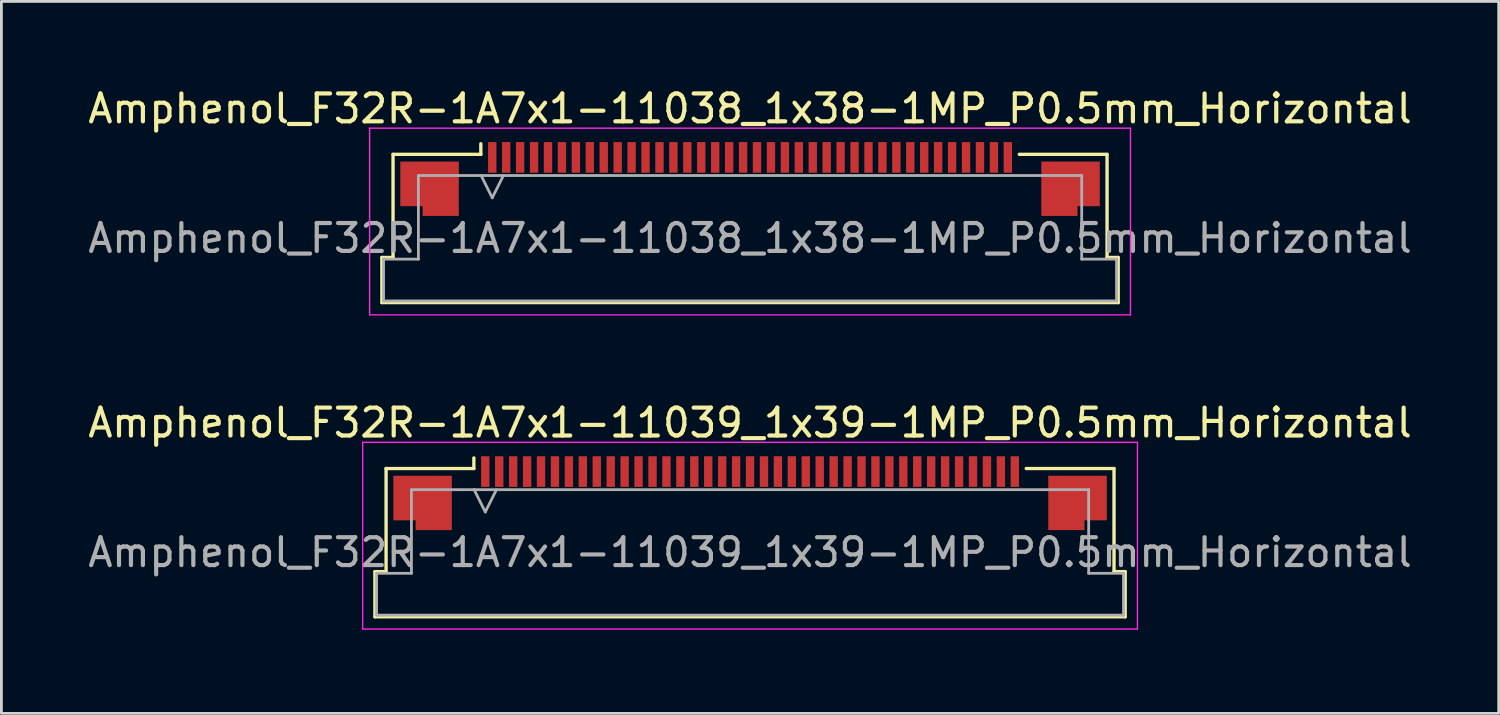
<source format=kicad_pcb>
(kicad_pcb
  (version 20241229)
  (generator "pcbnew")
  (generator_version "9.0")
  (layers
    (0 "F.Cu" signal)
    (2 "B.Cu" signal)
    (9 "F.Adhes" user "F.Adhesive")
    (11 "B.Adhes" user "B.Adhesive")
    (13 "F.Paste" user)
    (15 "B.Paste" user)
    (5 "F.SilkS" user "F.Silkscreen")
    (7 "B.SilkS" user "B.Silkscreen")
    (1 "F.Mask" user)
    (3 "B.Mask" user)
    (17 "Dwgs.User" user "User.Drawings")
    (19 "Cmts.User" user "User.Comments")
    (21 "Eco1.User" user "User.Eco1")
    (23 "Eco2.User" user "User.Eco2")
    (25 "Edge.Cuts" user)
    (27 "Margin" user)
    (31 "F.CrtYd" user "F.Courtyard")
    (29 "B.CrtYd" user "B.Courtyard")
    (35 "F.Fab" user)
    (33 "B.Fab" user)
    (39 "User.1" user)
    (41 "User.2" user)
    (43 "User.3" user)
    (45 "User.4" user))
  (footprint "Amphenol_F32R-1A7x1-11039_1x39-1MP_P0.5mm_Horizontal"
    (layer "F.Cu")
    (at 23.863 16.771)
    (property "Reference" "Amphenol_F32R-1A7x1-11039_1x39-1MP_P0.5mm_Horizontal" (at 0 -4.65 0) (layer "F.SilkS") (effects (font (size 1 1) (thickness 0.15))))
    (attr smd)
    (fp_line (start -13.46 0.69) (end -13.06 0.69) (stroke (width 0.12) (type solid)) (layer "F.SilkS"))
    (fp_line (start -13.46 2.31) (end -13.46 0.69) (stroke (width 0.12) (type solid)) (layer "F.SilkS"))
    (fp_line (start -13.06 -3.01) (end -9.91 -3.01) (stroke (width 0.12) (type solid)) (layer "F.SilkS"))
    (fp_line (start -13.06 0.69) (end -13.06 -3.01) (stroke (width 0.12) (type solid)) (layer "F.SilkS"))
    (fp_line (start -9.91 -3.01) (end -9.91 -3.39) (stroke (width 0.12) (type solid)) (layer "F.SilkS"))
    (fp_line (start 9.91 -3.01) (end 13.06 -3.01) (stroke (width 0.12) (type solid)) (layer "F.SilkS"))
    (fp_line (start 13.06 -3.01) (end 13.06 0.69) (stroke (width 0.12) (type solid)) (layer "F.SilkS"))
    (fp_line (start 13.06 0.69) (end 13.46 0.69) (stroke (width 0.12) (type solid)) (layer "F.SilkS"))
    (fp_line (start 13.46 0.69) (end 13.46 2.31) (stroke (width 0.12) (type solid)) (layer "F.SilkS"))
    (fp_line (start 13.46 2.31) (end -13.46 2.31) (stroke (width 0.12) (type solid)) (layer "F.SilkS"))
    (fp_line (start -13.9 -3.95) (end -13.9 2.75) (stroke (width 0.05) (type solid)) (layer "F.CrtYd"))
    (fp_line (start -13.9 2.75) (end 13.9 2.75) (stroke (width 0.05) (type solid)) (layer "F.CrtYd"))
    (fp_line (start 13.9 -3.95) (end -13.9 -3.95) (stroke (width 0.05) (type solid)) (layer "F.CrtYd"))
    (fp_line (start 13.9 2.75) (end 13.9 -3.95) (stroke (width 0.05) (type solid)) (layer "F.CrtYd"))
    (fp_line (start -13.4 0.75) (end -12.15 0.75) (stroke (width 0.1) (type solid)) (layer "F.Fab"))
    (fp_line (start -13.4 2.25) (end -13.4 0.75) (stroke (width 0.1) (type solid)) (layer "F.Fab"))
    (fp_line (start -12.15 -2.25) (end 12.15 -2.25) (stroke (width 0.1) (type solid)) (layer "F.Fab"))
    (fp_line (start -12.15 0.75) (end -12.15 -2.25) (stroke (width 0.1) (type solid)) (layer "F.Fab"))
    (fp_line (start -9.9 -2.25) (end -9.5 -1.45) (stroke (width 0.1) (type solid)) (layer "F.Fab"))
    (fp_line (start -9.5 -1.45) (end -9.1 -2.25) (stroke (width 0.1) (type solid)) (layer "F.Fab"))
    (fp_line (start 12.15 -2.25) (end 12.15 0.75) (stroke (width 0.1) (type solid)) (layer "F.Fab"))
    (fp_line (start 12.15 0.75) (end 13.4 0.75) (stroke (width 0.1) (type solid)) (layer "F.Fab"))
    (fp_line (start 13.4 0.75) (end 13.4 2.25) (stroke (width 0.1) (type solid)) (layer "F.Fab"))
    (fp_line (start 13.4 2.25) (end -13.4 2.25) (stroke (width 0.1) (type solid)) (layer "F.Fab"))
    (fp_text user "${REFERENCE}" (at 0 0 0) (layer "F.Fab") (effects (font (size 1 1) (thickness 0.15))))
    (pad "1" smd rect (at -9.5 -2.9) (size 0.3 1.1) (layers "F.Cu" "F.Mask" "F.Paste"))
    (pad "2" smd rect (at -9 -2.9) (size 0.3 1.1) (layers "F.Cu" "F.Mask" "F.Paste"))
    (pad "3" smd rect (at -8.5 -2.9) (size 0.3 1.1) (layers "F.Cu" "F.Mask" "F.Paste"))
    (pad "4" smd rect (at -8 -2.9) (size 0.3 1.1) (layers "F.Cu" "F.Mask" "F.Paste"))
    (pad "5" smd rect (at -7.5 -2.9) (size 0.3 1.1) (layers "F.Cu" "F.Mask" "F.Paste"))
    (pad "6" smd rect (at -7 -2.9) (size 0.3 1.1) (layers "F.Cu" "F.Mask" "F.Paste"))
    (pad "7" smd rect (at -6.5 -2.9) (size 0.3 1.1) (layers "F.Cu" "F.Mask" "F.Paste"))
    (pad "8" smd rect (at -6 -2.9) (size 0.3 1.1) (layers "F.Cu" "F.Mask" "F.Paste"))
    (pad "9" smd rect (at -5.5 -2.9) (size 0.3 1.1) (layers "F.Cu" "F.Mask" "F.Paste"))
    (pad "10" smd rect (at -5 -2.9) (size 0.3 1.1) (layers "F.Cu" "F.Mask" "F.Paste"))
    (pad "11" smd rect (at -4.5 -2.9) (size 0.3 1.1) (layers "F.Cu" "F.Mask" "F.Paste"))
    (pad "12" smd rect (at -4 -2.9) (size 0.3 1.1) (layers "F.Cu" "F.Mask" "F.Paste"))
    (pad "13" smd rect (at -3.5 -2.9) (size 0.3 1.1) (layers "F.Cu" "F.Mask" "F.Paste"))
    (pad "14" smd rect (at -3 -2.9) (size 0.3 1.1) (layers "F.Cu" "F.Mask" "F.Paste"))
    (pad "15" smd rect (at -2.5 -2.9) (size 0.3 1.1) (layers "F.Cu" "F.Mask" "F.Paste"))
    (pad "16" smd rect (at -2 -2.9) (size 0.3 1.1) (layers "F.Cu" "F.Mask" "F.Paste"))
    (pad "17" smd rect (at -1.5 -2.9) (size 0.3 1.1) (layers "F.Cu" "F.Mask" "F.Paste"))
    (pad "18" smd rect (at -1 -2.9) (size 0.3 1.1) (layers "F.Cu" "F.Mask" "F.Paste"))
    (pad "19" smd rect (at -0.5 -2.9) (size 0.3 1.1) (layers "F.Cu" "F.Mask" "F.Paste"))
    (pad "20" smd rect (at 0 -2.9) (size 0.3 1.1) (layers "F.Cu" "F.Mask" "F.Paste"))
    (pad "21" smd rect (at 0.5 -2.9) (size 0.3 1.1) (layers "F.Cu" "F.Mask" "F.Paste"))
    (pad "22" smd rect (at 1 -2.9) (size 0.3 1.1) (layers "F.Cu" "F.Mask" "F.Paste"))
    (pad "23" smd rect (at 1.5 -2.9) (size 0.3 1.1) (layers "F.Cu" "F.Mask" "F.Paste"))
    (pad "24" smd rect (at 2 -2.9) (size 0.3 1.1) (layers "F.Cu" "F.Mask" "F.Paste"))
    (pad "25" smd rect (at 2.5 -2.9) (size 0.3 1.1) (layers "F.Cu" "F.Mask" "F.Paste"))
    (pad "26" smd rect (at 3 -2.9) (size 0.3 1.1) (layers "F.Cu" "F.Mask" "F.Paste"))
    (pad "27" smd rect (at 3.5 -2.9) (size 0.3 1.1) (layers "F.Cu" "F.Mask" "F.Paste"))
    (pad "28" smd rect (at 4 -2.9) (size 0.3 1.1) (layers "F.Cu" "F.Mask" "F.Paste"))
    (pad "29" smd rect (at 4.5 -2.9) (size 0.3 1.1) (layers "F.Cu" "F.Mask" "F.Paste"))
    (pad "30" smd rect (at 5 -2.9) (size 0.3 1.1) (layers "F.Cu" "F.Mask" "F.Paste"))
    (pad "31" smd rect (at 5.5 -2.9) (size 0.3 1.1) (layers "F.Cu" "F.Mask" "F.Paste"))
    (pad "32" smd rect (at 6 -2.9) (size 0.3 1.1) (layers "F.Cu" "F.Mask" "F.Paste"))
    (pad "33" smd rect (at 6.5 -2.9) (size 0.3 1.1) (layers "F.Cu" "F.Mask" "F.Paste"))
    (pad "34" smd rect (at 7 -2.9) (size 0.3 1.1) (layers "F.Cu" "F.Mask" "F.Paste"))
    (pad "35" smd rect (at 7.5 -2.9) (size 0.3 1.1) (layers "F.Cu" "F.Mask" "F.Paste"))
    (pad "36" smd rect (at 8 -2.9) (size 0.3 1.1) (layers "F.Cu" "F.Mask" "F.Paste"))
    (pad "37" smd rect (at 8.5 -2.9) (size 0.3 1.1) (layers "F.Cu" "F.Mask" "F.Paste"))
    (pad "38" smd rect (at 9 -2.9) (size 0.3 1.1) (layers "F.Cu" "F.Mask" "F.Paste"))
    (pad "39" smd rect (at 9.5 -2.9) (size 0.3 1.1) (layers "F.Cu" "F.Mask" "F.Paste"))
    (pad "MP" smd custom (at -11.75 -1.775) (size 1 1) (layers "F.Cu" "F.Mask" "F.Paste") (options (anchor circle)) (primitives (gr_poly (pts (xy 1.05 -0.975) (xy 1.05 0.975) (xy -0.25 0.975) (xy -0.25 0.625) (xy -1.05 0.625) (xy -1.05 -0.975) (xy 1.05 -0.975)) (width 0) (fill yes))))
    (pad "MP" smd custom (at 11.75 -1.775) (size 1 1) (layers "F.Cu" "F.Mask" "F.Paste") (options (anchor circle)) (primitives (gr_poly (pts (xy -1.05 -0.975) (xy -1.05 0.975) (xy 0.25 0.975) (xy 0.25 0.625) (xy 1.05 0.625) (xy 1.05 -0.975) (xy -1.05 -0.975)) (width 0) (fill yes)))))
  (footprint "Amphenol_F32R-1A7x1-11038_1x38-1MP_P0.5mm_Horizontal"
    (layer "F.Cu")
    (at 23.863 5.498)
    (property "Reference" "Amphenol_F32R-1A7x1-11038_1x38-1MP_P0.5mm_Horizontal" (at 0 -4.65 0) (layer "F.SilkS") (effects (font (size 1 1) (thickness 0.15))))
    (attr smd)
    (fp_line (start -13.21 0.69) (end -12.81 0.69) (stroke (width 0.12) (type solid)) (layer "F.SilkS"))
    (fp_line (start -13.21 2.31) (end -13.21 0.69) (stroke (width 0.12) (type solid)) (layer "F.SilkS"))
    (fp_line (start -12.81 -3.01) (end -9.66 -3.01) (stroke (width 0.12) (type solid)) (layer "F.SilkS"))
    (fp_line (start -12.81 0.69) (end -12.81 -3.01) (stroke (width 0.12) (type solid)) (layer "F.SilkS"))
    (fp_line (start -9.66 -3.01) (end -9.66 -3.39) (stroke (width 0.12) (type solid)) (layer "F.SilkS"))
    (fp_line (start 9.66 -3.01) (end 12.81 -3.01) (stroke (width 0.12) (type solid)) (layer "F.SilkS"))
    (fp_line (start 12.81 -3.01) (end 12.81 0.69) (stroke (width 0.12) (type solid)) (layer "F.SilkS"))
    (fp_line (start 12.81 0.69) (end 13.21 0.69) (stroke (width 0.12) (type solid)) (layer "F.SilkS"))
    (fp_line (start 13.21 0.69) (end 13.21 2.31) (stroke (width 0.12) (type solid)) (layer "F.SilkS"))
    (fp_line (start 13.21 2.31) (end -13.21 2.31) (stroke (width 0.12) (type solid)) (layer "F.SilkS"))
    (fp_line (start -13.65 -3.95) (end -13.65 2.75) (stroke (width 0.05) (type solid)) (layer "F.CrtYd"))
    (fp_line (start -13.65 2.75) (end 13.65 2.75) (stroke (width 0.05) (type solid)) (layer "F.CrtYd"))
    (fp_line (start 13.65 -3.95) (end -13.65 -3.95) (stroke (width 0.05) (type solid)) (layer "F.CrtYd"))
    (fp_line (start 13.65 2.75) (end 13.65 -3.95) (stroke (width 0.05) (type solid)) (layer "F.CrtYd"))
    (fp_line (start -13.15 0.75) (end -11.9 0.75) (stroke (width 0.1) (type solid)) (layer "F.Fab"))
    (fp_line (start -13.15 2.25) (end -13.15 0.75) (stroke (width 0.1) (type solid)) (layer "F.Fab"))
    (fp_line (start -11.9 -2.25) (end 11.9 -2.25) (stroke (width 0.1) (type solid)) (layer "F.Fab"))
    (fp_line (start -11.9 0.75) (end -11.9 -2.25) (stroke (width 0.1) (type solid)) (layer "F.Fab"))
    (fp_line (start -9.65 -2.25) (end -9.25 -1.45) (stroke (width 0.1) (type solid)) (layer "F.Fab"))
    (fp_line (start -9.25 -1.45) (end -8.85 -2.25) (stroke (width 0.1) (type solid)) (layer "F.Fab"))
    (fp_line (start 11.9 -2.25) (end 11.9 0.75) (stroke (width 0.1) (type solid)) (layer "F.Fab"))
    (fp_line (start 11.9 0.75) (end 13.15 0.75) (stroke (width 0.1) (type solid)) (layer "F.Fab"))
    (fp_line (start 13.15 0.75) (end 13.15 2.25) (stroke (width 0.1) (type solid)) (layer "F.Fab"))
    (fp_line (start 13.15 2.25) (end -13.15 2.25) (stroke (width 0.1) (type solid)) (layer "F.Fab"))
    (fp_text user "${REFERENCE}" (at 0 0 0) (layer "F.Fab") (effects (font (size 1 1) (thickness 0.15))))
    (pad "1" smd rect (at -9.25 -2.9) (size 0.3 1.1) (layers "F.Cu" "F.Mask" "F.Paste"))
    (pad "2" smd rect (at -8.75 -2.9) (size 0.3 1.1) (layers "F.Cu" "F.Mask" "F.Paste"))
    (pad "3" smd rect (at -8.25 -2.9) (size 0.3 1.1) (layers "F.Cu" "F.Mask" "F.Paste"))
    (pad "4" smd rect (at -7.75 -2.9) (size 0.3 1.1) (layers "F.Cu" "F.Mask" "F.Paste"))
    (pad "5" smd rect (at -7.25 -2.9) (size 0.3 1.1) (layers "F.Cu" "F.Mask" "F.Paste"))
    (pad "6" smd rect (at -6.75 -2.9) (size 0.3 1.1) (layers "F.Cu" "F.Mask" "F.Paste"))
    (pad "7" smd rect (at -6.25 -2.9) (size 0.3 1.1) (layers "F.Cu" "F.Mask" "F.Paste"))
    (pad "8" smd rect (at -5.75 -2.9) (size 0.3 1.1) (layers "F.Cu" "F.Mask" "F.Paste"))
    (pad "9" smd rect (at -5.25 -2.9) (size 0.3 1.1) (layers "F.Cu" "F.Mask" "F.Paste"))
    (pad "10" smd rect (at -4.75 -2.9) (size 0.3 1.1) (layers "F.Cu" "F.Mask" "F.Paste"))
    (pad "11" smd rect (at -4.25 -2.9) (size 0.3 1.1) (layers "F.Cu" "F.Mask" "F.Paste"))
    (pad "12" smd rect (at -3.75 -2.9) (size 0.3 1.1) (layers "F.Cu" "F.Mask" "F.Paste"))
    (pad "13" smd rect (at -3.25 -2.9) (size 0.3 1.1) (layers "F.Cu" "F.Mask" "F.Paste"))
    (pad "14" smd rect (at -2.75 -2.9) (size 0.3 1.1) (layers "F.Cu" "F.Mask" "F.Paste"))
    (pad "15" smd rect (at -2.25 -2.9) (size 0.3 1.1) (layers "F.Cu" "F.Mask" "F.Paste"))
    (pad "16" smd rect (at -1.75 -2.9) (size 0.3 1.1) (layers "F.Cu" "F.Mask" "F.Paste"))
    (pad "17" smd rect (at -1.25 -2.9) (size 0.3 1.1) (layers "F.Cu" "F.Mask" "F.Paste"))
    (pad "18" smd rect (at -0.75 -2.9) (size 0.3 1.1) (layers "F.Cu" "F.Mask" "F.Paste"))
    (pad "19" smd rect (at -0.25 -2.9) (size 0.3 1.1) (layers "F.Cu" "F.Mask" "F.Paste"))
    (pad "20" smd rect (at 0.25 -2.9) (size 0.3 1.1) (layers "F.Cu" "F.Mask" "F.Paste"))
    (pad "21" smd rect (at 0.75 -2.9) (size 0.3 1.1) (layers "F.Cu" "F.Mask" "F.Paste"))
    (pad "22" smd rect (at 1.25 -2.9) (size 0.3 1.1) (layers "F.Cu" "F.Mask" "F.Paste"))
    (pad "23" smd rect (at 1.75 -2.9) (size 0.3 1.1) (layers "F.Cu" "F.Mask" "F.Paste"))
    (pad "24" smd rect (at 2.25 -2.9) (size 0.3 1.1) (layers "F.Cu" "F.Mask" "F.Paste"))
    (pad "25" smd rect (at 2.75 -2.9) (size 0.3 1.1) (layers "F.Cu" "F.Mask" "F.Paste"))
    (pad "26" smd rect (at 3.25 -2.9) (size 0.3 1.1) (layers "F.Cu" "F.Mask" "F.Paste"))
    (pad "27" smd rect (at 3.75 -2.9) (size 0.3 1.1) (layers "F.Cu" "F.Mask" "F.Paste"))
    (pad "28" smd rect (at 4.25 -2.9) (size 0.3 1.1) (layers "F.Cu" "F.Mask" "F.Paste"))
    (pad "29" smd rect (at 4.75 -2.9) (size 0.3 1.1) (layers "F.Cu" "F.Mask" "F.Paste"))
    (pad "30" smd rect (at 5.25 -2.9) (size 0.3 1.1) (layers "F.Cu" "F.Mask" "F.Paste"))
    (pad "31" smd rect (at 5.75 -2.9) (size 0.3 1.1) (layers "F.Cu" "F.Mask" "F.Paste"))
    (pad "32" smd rect (at 6.25 -2.9) (size 0.3 1.1) (layers "F.Cu" "F.Mask" "F.Paste"))
    (pad "33" smd rect (at 6.75 -2.9) (size 0.3 1.1) (layers "F.Cu" "F.Mask" "F.Paste"))
    (pad "34" smd rect (at 7.25 -2.9) (size 0.3 1.1) (layers "F.Cu" "F.Mask" "F.Paste"))
    (pad "35" smd rect (at 7.75 -2.9) (size 0.3 1.1) (layers "F.Cu" "F.Mask" "F.Paste"))
    (pad "36" smd rect (at 8.25 -2.9) (size 0.3 1.1) (layers "F.Cu" "F.Mask" "F.Paste"))
    (pad "37" smd rect (at 8.75 -2.9) (size 0.3 1.1) (layers "F.Cu" "F.Mask" "F.Paste"))
    (pad "38" smd rect (at 9.25 -2.9) (size 0.3 1.1) (layers "F.Cu" "F.Mask" "F.Paste"))
    (pad "MP" smd custom (at -11.5 -1.775) (size 1 1) (layers "F.Cu" "F.Mask" "F.Paste") (options (anchor circle)) (primitives (gr_poly (pts (xy 1.05 -0.975) (xy 1.05 0.975) (xy -0.25 0.975) (xy -0.25 0.625) (xy -1.05 0.625) (xy -1.05 -0.975) (xy 1.05 -0.975)) (width 0) (fill yes))))
    (pad "MP" smd custom (at 11.5 -1.775) (size 1 1) (layers "F.Cu" "F.Mask" "F.Paste") (options (anchor circle)) (primitives (gr_poly (pts (xy -1.05 -0.975) (xy -1.05 0.975) (xy 0.25 0.975) (xy 0.25 0.625) (xy 1.05 0.625) (xy 1.05 -0.975) (xy -1.05 -0.975)) (width 0) (fill yes)))))
  (gr_rect
    (start -3 -3)
    (end 50.726 22.547)
    (stroke (width 0.1) (type default))
    (fill no)
    (layer "Edge.Cuts")))
</source>
